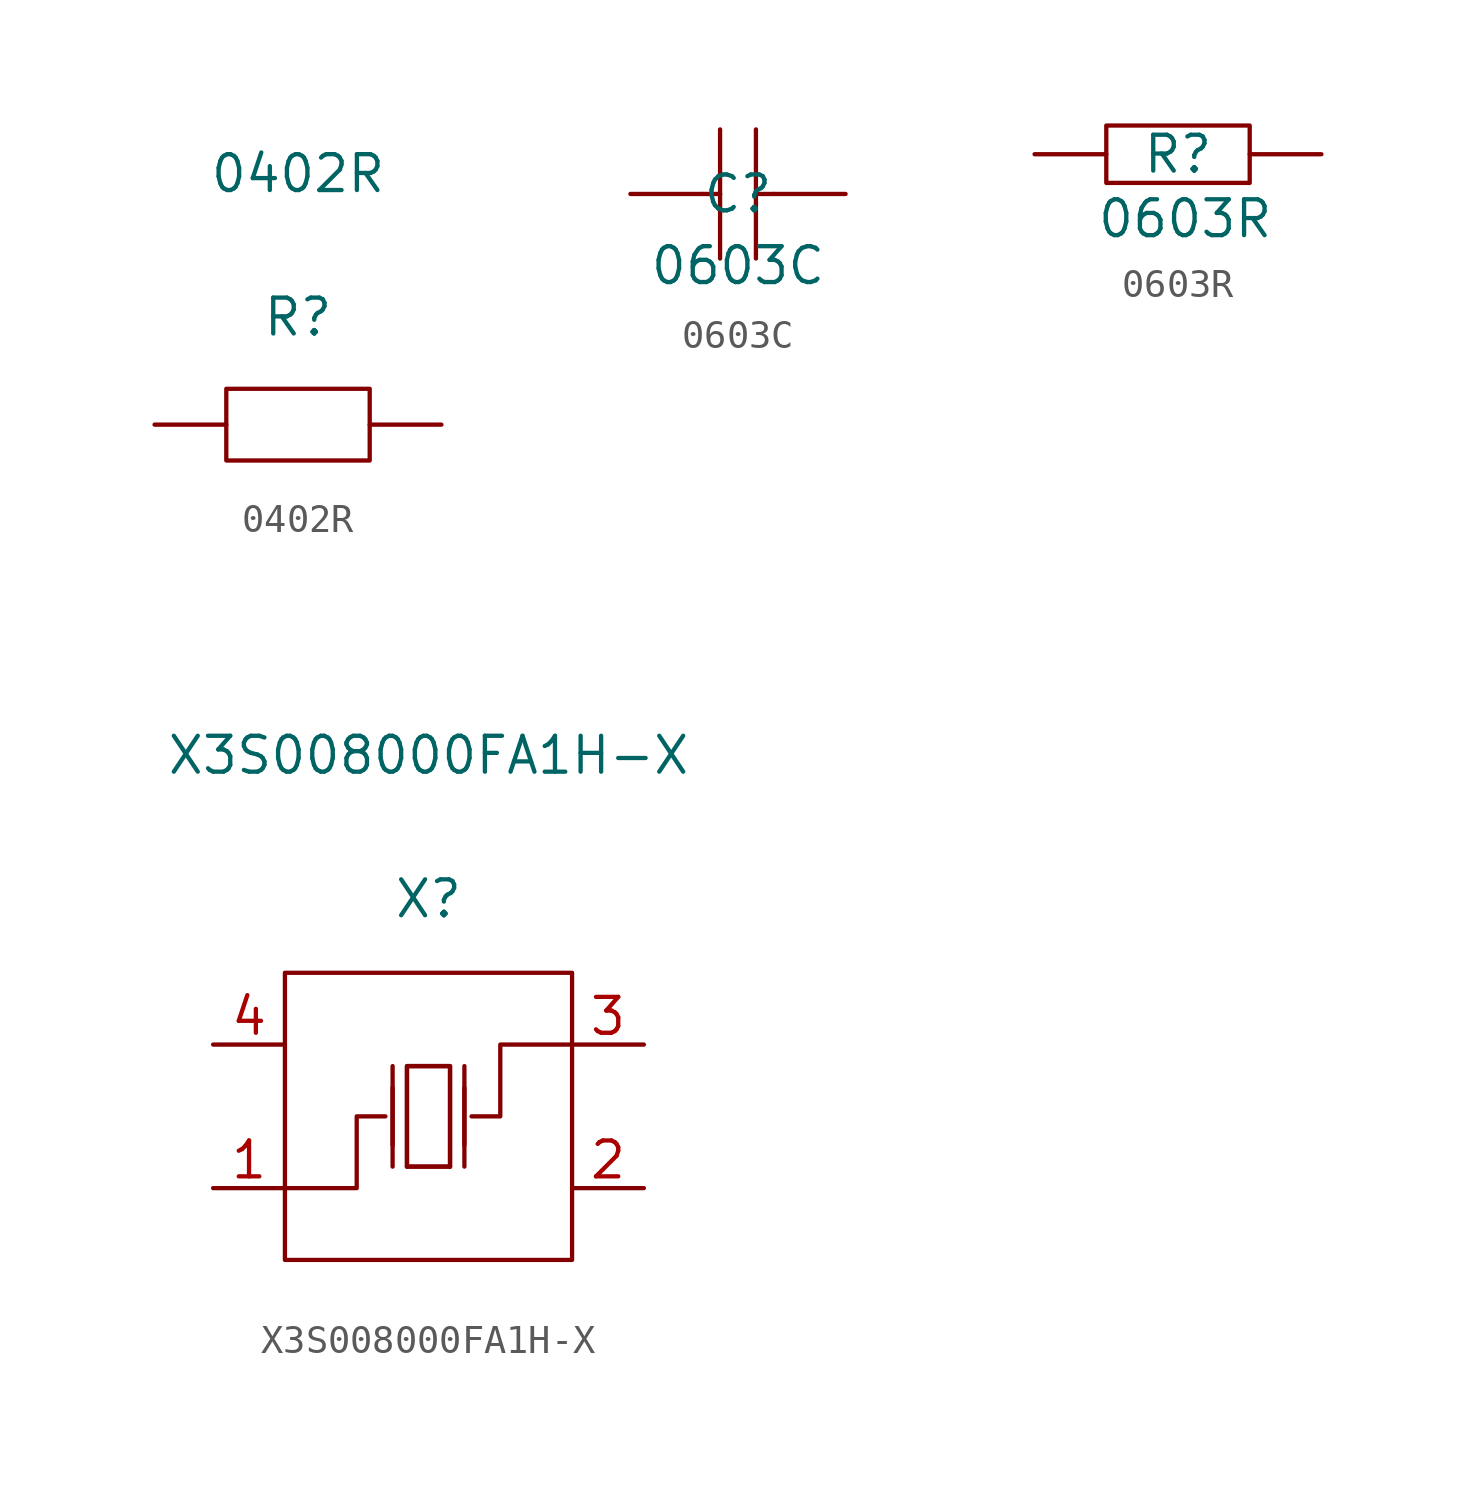
<source format=kicad_sym>
(kicad_symbol_lib
  (version 20211014)
  (generator kicad_symbol_editor)
  (symbol "0402R"
    (pin_numbers hide)
    (pin_names
      (offset 1.016) hide)
    (property "Reference" "R"
      (at 0 3.81 0)
      (effects (font (size 1.27 1.27))))
    (property "Value" "0402R"
      (at 0 8.89 0)
      (effects (font (size 1.27 1.27))))
    (symbol "0402R_1_1"
      (rectangle (start -2.54 1.27) (end 2.54 -1.27) (stroke (width 0.152) (type default) (color 0 0 0 0)) (fill (type none)))
      (pin input line (at -5.08 0 0) (length 2.54) (name "1" (effects (font (size 1.27 1.27)))) (number "1" (effects (font (size 1.27 1.27)))))
      (pin input line (at 5.08 0 180) (length 2.54) (name "2" (effects (font (size 1.27 1.27)))) (number "2" (effects (font (size 1.27 1.27)))))))
  (symbol "0603C"
    (pin_numbers hide)
    (pin_names
      (offset 1.016) hide)
    (property "Reference" "C"
      (at 0 0 0)
      (effects (font (size 1.27 1.27))))
    (property "Value" "0603C"
      (at 0 -2.54 0)
      (effects (font (size 1.27 1.27))))
    (symbol "0603C_0_1"
      (polyline (pts (xy -1.27 0) (xy -0.635 0)) (stroke (width 0) (type default) (color 0 0 0 0)) (fill (type none)))
      (polyline (pts (xy -0.635 0) (xy -0.635 -2.286)) (stroke (width 0) (type default) (color 0 0 0 0)) (fill (type none)))
      (polyline (pts (xy -0.635 0) (xy -0.635 2.286)) (stroke (width 0) (type default) (color 0 0 0 0)) (fill (type none)))
      (polyline (pts (xy 0.635 0) (xy 0.635 -2.286)) (stroke (width 0) (type default) (color 0 0 0 0)) (fill (type none)))
      (polyline (pts (xy 0.635 0) (xy 0.635 2.286)) (stroke (width 0) (type default) (color 0 0 0 0)) (fill (type none)))
      (polyline (pts (xy 0.635 0) (xy 1.27 0)) (stroke (width 0) (type default) (color 0 0 0 0)) (fill (type none))))
    (symbol "0603C_1_1"
      (polyline (pts (xy -0.508 -2.032)) (stroke (width 0) (type default) (color 0 0 0 0)) (fill (type none)))
      (polyline (pts (xy -0.508 0)) (stroke (width 0) (type default) (color 0 0 0 0)) (fill (type none)))
      (polyline (pts (xy 0.508 2.032)) (stroke (width 0) (type default) (color 0 0 0 0)) (fill (type none)))
      (polyline (pts (xy 2.54 0)) (stroke (width 0) (type default) (color 0 0 0 0)) (fill (type none)))
      (pin input line (at -3.81 0 0) (length 2.54) (name "1" (effects (font (size 1.27 1.27)))) (number "1" (effects (font (size 1.27 1.27)))))
      (pin input line (at 3.81 0 180) (length 2.54) (name "2" (effects (font (size 1.27 1.27)))) (number "2" (effects (font (size 1.27 1.27)))))))
  (symbol "0603R"
    (pin_numbers hide)
    (pin_names
      (offset 1.016) hide)
    (property "Reference" "R"
      (at 0 0 0)
      (effects (font (size 1.27 1.27))))
    (property "Value" "0603R"
      (at 0.254 -2.286 0)
      (effects (font (size 1.27 1.27))))
    (symbol "0603R_1_1"
      (rectangle (start -2.54 -1.016) (end 2.54 1.016) (stroke (width 0) (type default) (color 0 0 0 0)) (fill (type none)))
      (pin input line (at -5.08 0 0) (length 2.54) (name "1" (effects (font (size 1.27 1.27)))) (number "1" (effects (font (size 1.27 1.27)))))
      (pin input line (at 5.08 0 180) (length 2.54) (name "2" (effects (font (size 1.27 1.27)))) (number "2" (effects (font (size 1.27 1.27)))))))
  (symbol "X3S008000FA1H-X"
    (pin_names
      (offset 1.016) hide)
    (property "Reference" "X"
      (at 0 7.696 0)
      (effects (font (size 1.27 1.27))))
    (property "Value" "X3S008000FA1H-X"
      (at 0 12.776 0)
      (effects (font (size 1.27 1.27))))
    (symbol "X3S008000FA1H-X_1_1"
      (rectangle (start -5.08 5.08) (end 5.08 -5.08) (stroke (width 0.152) (type default) (color 0 0 0 0)) (fill (type none)))
      (polyline (pts (xy -1.27 -1.778) (xy -1.27 1.778)) (stroke (width 0.152) (type default) (color 0 0 0 0)) (fill (type none)))
      (polyline (pts (xy -1.27 -1.016) (xy -1.27 1.016)) (stroke (width 0.152) (type default) (color 0 0 0 0)) (fill (type none)))
      (polyline (pts (xy 0.762 -1.778) (xy -0.762 -1.778)) (stroke (width 0.152) (type default) (color 0 0 0 0)) (fill (type none)))
      (polyline (pts (xy 1.27 -1.778) (xy 1.27 1.778)) (stroke (width 0.152) (type default) (color 0 0 0 0)) (fill (type none)))
      (polyline (pts (xy 1.27 -1.016) (xy 1.27 1.016)) (stroke (width 0.152) (type default) (color 0 0 0 0)) (fill (type none)))
      (polyline (pts (xy -5.08 -2.54) (xy -2.54 -2.54) (xy -2.54 0) (xy -1.524 0)) (stroke (width 0.152) (type default) (color 0 0 0 0)) (fill (type none)))
      (polyline (pts (xy -0.762 -1.778) (xy -0.762 1.778) (xy 0.762 1.778) (xy 0.762 -1.778)) (stroke (width 0.152) (type default) (color 0 0 0 0)) (fill (type none)))
      (polyline (pts (xy 5.08 2.54) (xy 2.54 2.54) (xy 2.54 0) (xy 1.524 0)) (stroke (width 0.152) (type default) (color 0 0 0 0)) (fill (type none)))
      (polyline (pts (xy 0.762 1.778) (xy 0.762 -1.778) (xy -0.762 -1.778) (xy -0.762 1.778) (xy 0.762 1.778)) (stroke (width 0.152) (type default) (color 0 0 0 0)) (fill (type none)))
      (pin input line (at -7.62 -2.54 0) (length 2.54) (name "OSC1" (effects (font (size 1.27 1.27)))) (number "1" (effects (font (size 1.27 1.27)))))
      (pin input line (at 7.62 -2.54 180) (length 2.54) (name "2" (effects (font (size 1.27 1.27)))) (number "2" (effects (font (size 1.27 1.27)))))
      (pin input line (at 7.62 2.54 180) (length 2.54) (name "OSC2" (effects (font (size 1.27 1.27)))) (number "3" (effects (font (size 1.27 1.27)))))
      (pin input line (at -7.62 2.54 0) (length 2.54) (name "4" (effects (font (size 1.27 1.27)))) (number "4" (effects (font (size 1.27 1.27))))))))
</source>
